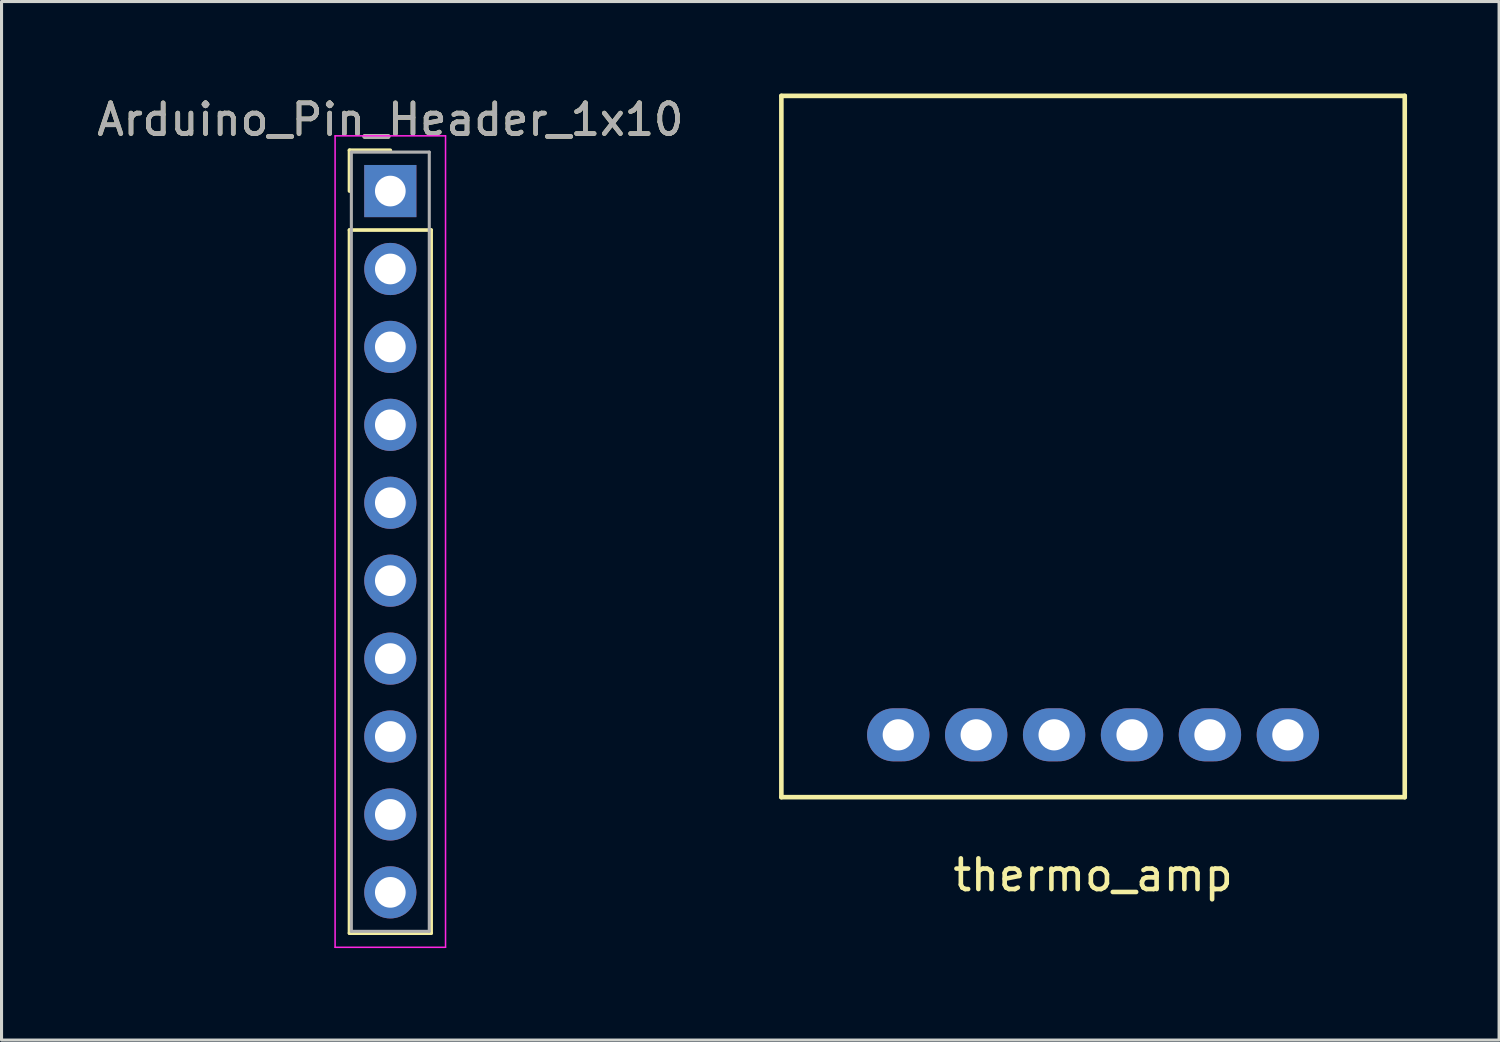
<source format=kicad_pcb>
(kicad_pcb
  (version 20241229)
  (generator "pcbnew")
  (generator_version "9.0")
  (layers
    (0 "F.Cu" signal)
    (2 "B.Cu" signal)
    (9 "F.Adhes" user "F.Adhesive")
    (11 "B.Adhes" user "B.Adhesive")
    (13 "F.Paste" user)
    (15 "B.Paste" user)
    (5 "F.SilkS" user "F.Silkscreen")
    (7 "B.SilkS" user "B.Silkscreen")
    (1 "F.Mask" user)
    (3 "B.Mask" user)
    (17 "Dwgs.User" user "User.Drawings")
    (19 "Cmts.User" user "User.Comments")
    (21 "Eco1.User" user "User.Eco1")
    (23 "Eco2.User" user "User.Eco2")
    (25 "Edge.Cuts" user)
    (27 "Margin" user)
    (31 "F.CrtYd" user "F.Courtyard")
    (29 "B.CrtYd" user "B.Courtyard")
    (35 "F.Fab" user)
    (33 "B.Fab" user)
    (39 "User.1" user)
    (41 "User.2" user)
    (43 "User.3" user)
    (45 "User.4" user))
  (footprint "thermo_amp"
    (layer "F.Cu")
    (at 32.58 11.505)
    (property "Reference" "thermo_amp" (at 0 13.97 0) (layer "F.SilkS") (effects (font (size 1 1) (thickness 0.15))))
    (attr through_hole)
    (fp_line (start -10.16 -11.43) (end 10.16 -11.43) (stroke (width 0.15) (type solid)) (layer "F.SilkS"))
    (fp_line (start -10.16 11.43) (end -10.16 -11.43) (stroke (width 0.15) (type solid)) (layer "F.SilkS"))
    (fp_line (start 10.16 -11.43) (end 10.16 11.43) (stroke (width 0.15) (type solid)) (layer "F.SilkS"))
    (fp_line (start 10.16 11.43) (end -10.16 11.43) (stroke (width 0.15) (type solid)) (layer "F.SilkS"))
    (pad "1" thru_hole oval (at -6.35 9.398) (size 2.032 1.727) (drill 1.016) (layers "*.Cu" "*.Mask"))
    (pad "2" thru_hole oval (at -3.81 9.398) (size 2.032 1.727) (drill 1.016) (layers "*.Cu" "*.Mask"))
    (pad "3" thru_hole oval (at -1.27 9.398) (size 2.032 1.727) (drill 1.016) (layers "*.Cu" "*.Mask"))
    (pad "4" thru_hole oval (at 1.27 9.398) (size 2.032 1.727) (drill 1.016) (layers "*.Cu" "*.Mask"))
    (pad "5" thru_hole oval (at 3.81 9.398) (size 2.032 1.727) (drill 1.016) (layers "*.Cu" "*.Mask"))
    (pad "6" thru_hole oval (at 6.35 9.398) (size 2.032 1.727) (drill 1.016) (layers "*.Cu" "*.Mask")))
  (footprint "Arduino_Pin_Header_1x10"
    (layer "F.Cu")
    (at 9.673 3.178)
    (property "Reference" "Arduino_Pin_Header_1x10" (at 0 -2.33 0) (layer "F.SilkS") (effects (font (size 1 1) (thickness 0.15))))
    (attr through_hole)
    (fp_line (start -1.33 -1.33) (end 0 -1.33) (stroke (width 0.12) (type solid)) (layer "F.SilkS"))
    (fp_line (start -1.33 0) (end -1.33 -1.33) (stroke (width 0.12) (type solid)) (layer "F.SilkS"))
    (fp_line (start -1.33 1.27) (end -1.33 24.19) (stroke (width 0.12) (type solid)) (layer "F.SilkS"))
    (fp_line (start -1.33 24.19) (end 1.33 24.19) (stroke (width 0.12) (type solid)) (layer "F.SilkS"))
    (fp_line (start 1.33 1.27) (end -1.33 1.27) (stroke (width 0.12) (type solid)) (layer "F.SilkS"))
    (fp_line (start 1.33 24.19) (end 1.33 1.27) (stroke (width 0.12) (type solid)) (layer "F.SilkS"))
    (fp_line (start -1.8 -1.8) (end -1.8 24.65) (stroke (width 0.05) (type solid)) (layer "F.CrtYd"))
    (fp_line (start -1.8 24.65) (end 1.8 24.65) (stroke (width 0.05) (type solid)) (layer "F.CrtYd"))
    (fp_line (start 1.8 -1.8) (end -1.8 -1.8) (stroke (width 0.05) (type solid)) (layer "F.CrtYd"))
    (fp_line (start 1.8 24.65) (end 1.8 -1.8) (stroke (width 0.05) (type solid)) (layer "F.CrtYd"))
    (fp_line (start -1.27 -1.27) (end -1.27 24.13) (stroke (width 0.1) (type solid)) (layer "F.Fab"))
    (fp_line (start -1.27 24.13) (end 1.27 24.13) (stroke (width 0.1) (type solid)) (layer "F.Fab"))
    (fp_line (start 1.27 -1.27) (end -1.27 -1.27) (stroke (width 0.1) (type solid)) (layer "F.Fab"))
    (fp_line (start 1.27 24.13) (end 1.27 -1.27) (stroke (width 0.1) (type solid)) (layer "F.Fab"))
    (fp_text user "${REFERENCE}" (at 0 -2.33 0) (layer "F.Fab") (effects (font (size 1 1) (thickness 0.15))))
    (pad "3" thru_hole oval (at 0 20.32) (size 1.7 1.7) (drill 1) (layers "*.Cu" "*.Mask"))
    (pad "4" thru_hole oval (at 0 17.78) (size 1.7 1.7) (drill 1) (layers "*.Cu" "*.Mask"))
    (pad "5" thru_hole oval (at 0 15.24) (size 1.7 1.7) (drill 1) (layers "*.Cu" "*.Mask"))
    (pad "6" thru_hole oval (at 0 12.7) (size 1.7 1.7) (drill 1) (layers "*.Cu" "*.Mask"))
    (pad "10" thru_hole oval (at 0 10.16) (size 1.7 1.7) (drill 1) (layers "*.Cu" "*.Mask"))
    (pad "11" thru_hole oval (at 0 7.62) (size 1.7 1.7) (drill 1) (layers "*.Cu" "*.Mask"))
    (pad "12" thru_hole oval (at 0 5.08) (size 1.7 1.7) (drill 1) (layers "*.Cu" "*.Mask"))
    (pad "13" thru_hole rect (at 0 0) (size 1.7 1.7) (drill 1) (layers "*.Cu" "*.Mask"))
    (pad "16" thru_hole oval (at 0 22.86) (size 1.7 1.7) (drill 1) (layers "*.Cu" "*.Mask"))
    (pad "17" thru_hole oval (at 0 2.54) (size 1.7 1.7) (drill 1) (layers "*.Cu" "*.Mask")))
  (gr_rect
    (start -3 -3)
    (end 45.815 30.853)
    (stroke (width 0.1) (type default))
    (fill no)
    (layer "Edge.Cuts")))
</source>
